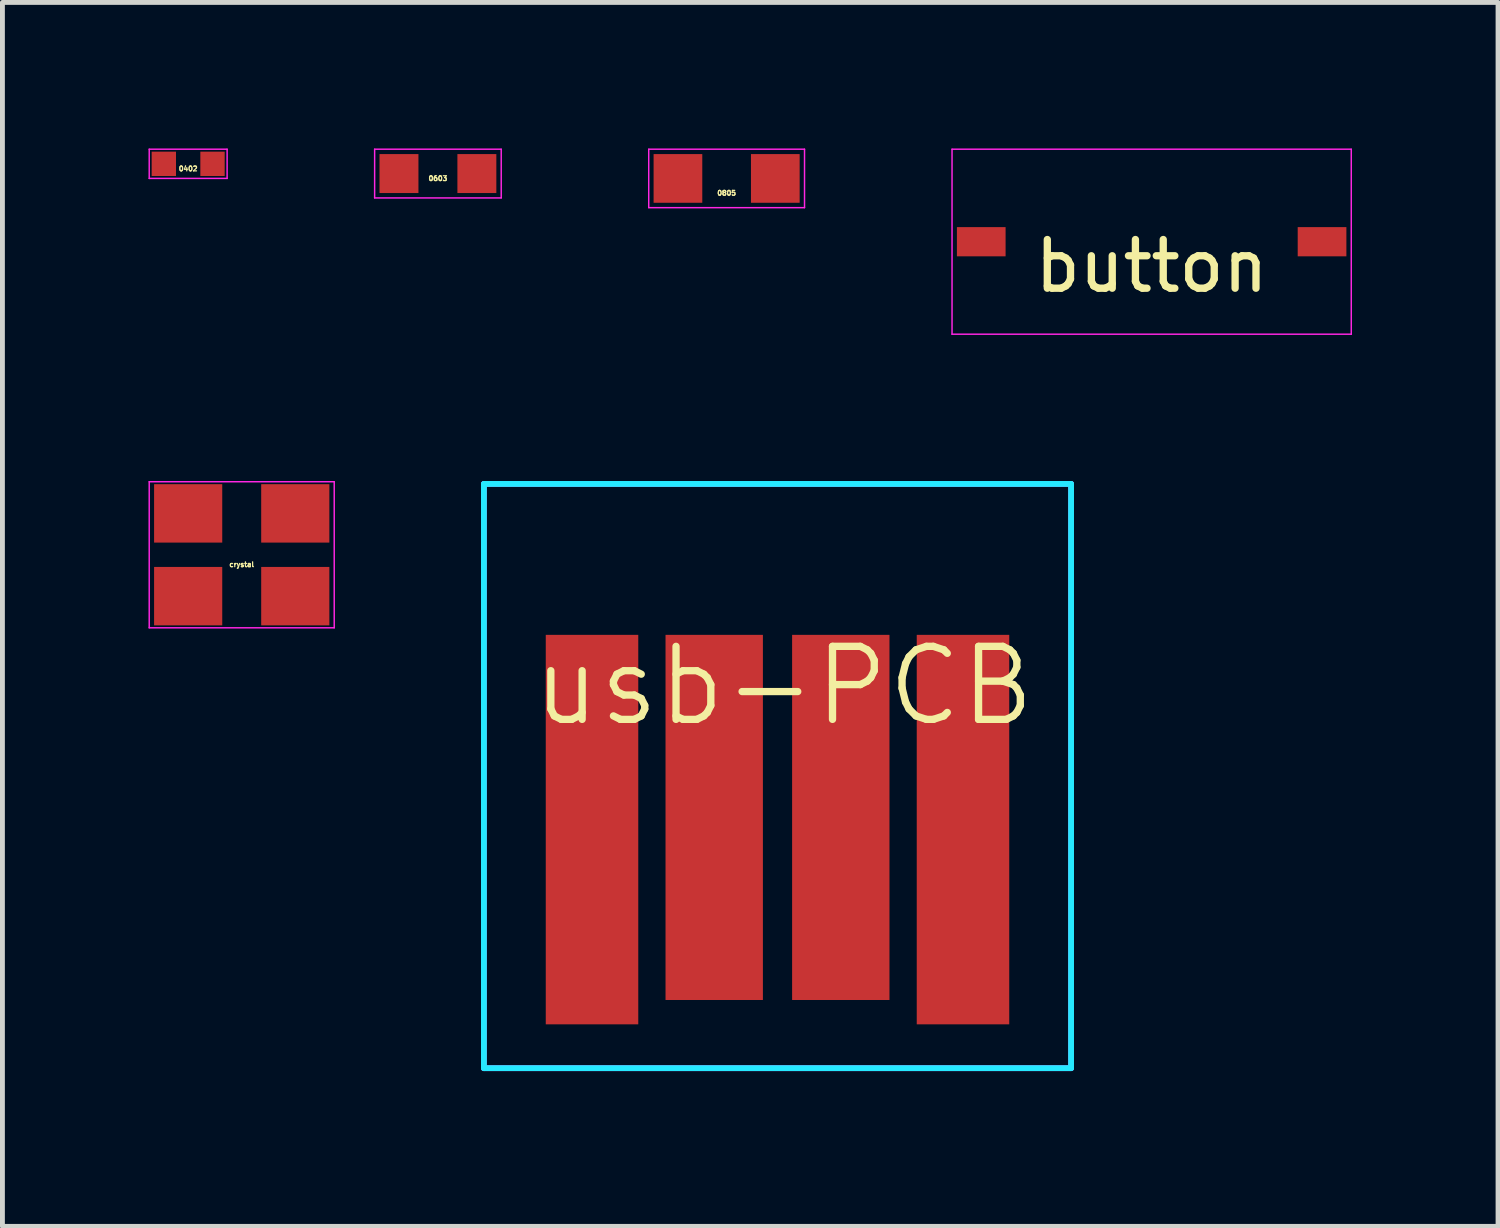
<source format=kicad_pcb>
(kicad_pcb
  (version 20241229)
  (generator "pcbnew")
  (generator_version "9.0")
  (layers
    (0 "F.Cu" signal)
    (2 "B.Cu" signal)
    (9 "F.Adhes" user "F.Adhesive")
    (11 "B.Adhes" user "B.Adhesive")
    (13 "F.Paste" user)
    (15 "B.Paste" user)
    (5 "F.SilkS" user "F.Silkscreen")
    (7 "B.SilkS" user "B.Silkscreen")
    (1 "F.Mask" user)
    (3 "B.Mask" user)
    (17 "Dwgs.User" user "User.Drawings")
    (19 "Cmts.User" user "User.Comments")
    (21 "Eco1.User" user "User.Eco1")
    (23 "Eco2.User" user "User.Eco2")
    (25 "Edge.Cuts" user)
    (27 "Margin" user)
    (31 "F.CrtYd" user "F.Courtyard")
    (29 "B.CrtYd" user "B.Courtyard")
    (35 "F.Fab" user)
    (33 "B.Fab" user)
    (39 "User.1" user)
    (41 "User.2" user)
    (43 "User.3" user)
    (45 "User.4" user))
  (footprint "0402"
    (layer "F.Cu")
    (at 0.815 0.315)
    (property "Reference" "0402" (at 0 0.1 0) (layer "F.SilkS") (effects (font (size 0.1 0.1) (thickness 0.025))))
    (attr smd)
    (fp_line (start -0.8 -0.3) (end -0.8 0.3) (stroke (width 0.03) (type solid)) (layer "F.CrtYd"))
    (fp_line (start -0.8 0.3) (end 0.8 0.3) (stroke (width 0.03) (type solid)) (layer "F.CrtYd"))
    (fp_line (start 0.8 -0.3) (end -0.8 -0.3) (stroke (width 0.03) (type solid)) (layer "F.CrtYd"))
    (fp_line (start 0.8 0.3) (end 0.8 -0.3) (stroke (width 0.03) (type solid)) (layer "F.CrtYd"))
    (pad "1" smd rect (at -0.5 0) (size 0.5 0.5) (layers "F.Cu" "F.Mask" "F.Paste"))
    (pad "2" smd rect (at 0.5 0) (size 0.5 0.5) (layers "F.Cu" "F.Mask" "F.Paste")))
  (footprint "usb-PCB"
    (layer "F.Cu")
    (at 12.92 18.89)
    (property "Reference" "usb-PCB" (at 0.13 -7.85 0) (layer "F.SilkS") (effects (font (size 1.5 1.5) (thickness 0.15))))
    (attr exclude_from_pos_files exclude_from_bom)
    (fp_line (start -6.03 -12) (end 6.03 -12) (stroke (width 0.12) (type solid)) (layer "B.CrtYd"))
    (fp_line (start -6.03 0) (end -6.03 -12) (stroke (width 0.12) (type solid)) (layer "B.CrtYd"))
    (fp_line (start 6.03 -12) (end 6.03 0) (stroke (width 0.12) (type solid)) (layer "B.CrtYd"))
    (fp_line (start 6.03 0) (end -6.03 0) (stroke (width 0.12) (type solid)) (layer "B.CrtYd"))
    (fp_line (start -6.03 -12) (end 6.03 -12) (stroke (width 0.12) (type solid)) (layer "F.CrtYd"))
    (fp_line (start -6.03 0) (end -6.03 -12) (stroke (width 0.12) (type solid)) (layer "F.CrtYd"))
    (fp_line (start 6.03 -12) (end 6.03 0) (stroke (width 0.12) (type solid)) (layer "F.CrtYd"))
    (fp_line (start 6.03 0) (end -6.03 0) (stroke (width 0.12) (type solid)) (layer "F.CrtYd"))
    (pad "1" connect rect (at 3.81 -4.9) (size 1.9 8) (layers "F.Cu" "F.Mask"))
    (pad "2" connect rect (at 1.3 -5.15) (size 2 7.5) (layers "F.Cu" "F.Mask"))
    (pad "3" connect rect (at -1.3 -5.15) (size 2 7.5) (layers "F.Cu" "F.Mask"))
    (pad "4" connect rect (at -3.81 -4.9) (size 1.9 8) (layers "F.Cu" "F.Mask")))
  (footprint "0805"
    (layer "F.Cu")
    (at 11.875 0.615)
    (property "Reference" "0805" (at 0 0.3 0) (layer "F.SilkS") (effects (font (size 0.1 0.1) (thickness 0.025))))
    (attr smd)
    (fp_line (start -1.6 -0.6) (end -1.6 0.6) (stroke (width 0.03) (type solid)) (layer "F.CrtYd"))
    (fp_line (start -1.6 0.6) (end 1.6 0.6) (stroke (width 0.03) (type solid)) (layer "F.CrtYd"))
    (fp_line (start 1.6 -0.6) (end -1.6 -0.6) (stroke (width 0.03) (type solid)) (layer "F.CrtYd"))
    (fp_line (start 1.6 0.6) (end 1.6 -0.6) (stroke (width 0.03) (type solid)) (layer "F.CrtYd"))
    (pad "1" smd rect (at -1 0) (size 1 1) (layers "F.Cu" "F.Mask" "F.Paste"))
    (pad "2" smd rect (at 1 0) (size 1 1) (layers "F.Cu" "F.Mask" "F.Paste")))
  (footprint "0603"
    (layer "F.Cu")
    (at 5.945 0.515)
    (property "Reference" "0603" (at 0 0.1 0) (layer "F.SilkS") (effects (font (size 0.1 0.1) (thickness 0.025))))
    (attr smd)
    (fp_line (start -1.3 -0.5) (end -1.3 0.5) (stroke (width 0.03) (type solid)) (layer "F.CrtYd"))
    (fp_line (start -1.3 0.5) (end 1.3 0.5) (stroke (width 0.03) (type solid)) (layer "F.CrtYd"))
    (fp_line (start 1.3 -0.5) (end -1.3 -0.5) (stroke (width 0.03) (type solid)) (layer "F.CrtYd"))
    (fp_line (start 1.3 0.5) (end 1.3 -0.5) (stroke (width 0.03) (type solid)) (layer "F.CrtYd"))
    (pad "1" smd rect (at -0.8 0) (size 0.8 0.8) (layers "F.Cu" "F.Mask" "F.Paste"))
    (pad "2" smd rect (at 0.8 0) (size 0.8 0.8) (layers "F.Cu" "F.Mask" "F.Paste")))
  (footprint "button"
    (layer "F.Cu")
    (at 20.605 1.915)
    (property "Reference" "button" (at 0 0.5 0) (layer "F.SilkS") (effects (font (size 1 1) (thickness 0.15))))
    (attr smd)
    (fp_line (start -4.1 -1.9) (end 4.1 -1.9) (stroke (width 0.03) (type solid)) (layer "F.CrtYd"))
    (fp_line (start -4.1 1.9) (end -4.1 -1.9) (stroke (width 0.03) (type solid)) (layer "F.CrtYd"))
    (fp_line (start 4.1 -1.9) (end 4.1 1.9) (stroke (width 0.03) (type solid)) (layer "F.CrtYd"))
    (fp_line (start 4.1 1.9) (end -4.1 1.9) (stroke (width 0.03) (type solid)) (layer "F.CrtYd"))
    (pad "1" smd rect (at -3.5 0) (size 1 0.6) (layers "F.Cu" "F.Mask" "F.Paste"))
    (pad "2" smd rect (at 3.5 0) (size 1 0.6) (layers "F.Cu" "F.Mask" "F.Paste")))
  (footprint "crystal"
    (layer "F.Cu")
    (at 1.915 8.345)
    (property "Reference" "crystal" (at 0 0.2 0) (layer "F.SilkS") (effects (font (size 0.1 0.1) (thickness 0.025))))
    (attr smd)
    (fp_line (start -1.9 -1.5) (end -1.9 1.5) (stroke (width 0.03) (type solid)) (layer "F.CrtYd"))
    (fp_line (start -1.9 1.5) (end 1.9 1.5) (stroke (width 0.03) (type solid)) (layer "F.CrtYd"))
    (fp_line (start 1.9 -1.5) (end -1.9 -1.5) (stroke (width 0.03) (type solid)) (layer "F.CrtYd"))
    (fp_line (start 1.9 1.5) (end 1.9 -1.5) (stroke (width 0.03) (type solid)) (layer "F.CrtYd"))
    (pad "1" smd rect (at -1.1 0.85) (size 1.4 1.2) (layers "F.Cu" "F.Mask" "F.Paste"))
    (pad "2" smd rect (at 1.1 0.85) (size 1.4 1.2) (layers "F.Cu" "F.Mask" "F.Paste"))
    (pad "3" smd rect (at 1.1 -0.85) (size 1.4 1.2) (layers "F.Cu" "F.Mask" "F.Paste"))
    (pad "4" smd rect (at -1.1 -0.85) (size 1.4 1.2) (layers "F.Cu" "F.Mask" "F.Paste")))
  (gr_rect
    (start -3 -3)
    (end 27.72 22.14)
    (stroke (width 0.1) (type default))
    (fill no)
    (layer "Edge.Cuts")))
</source>
